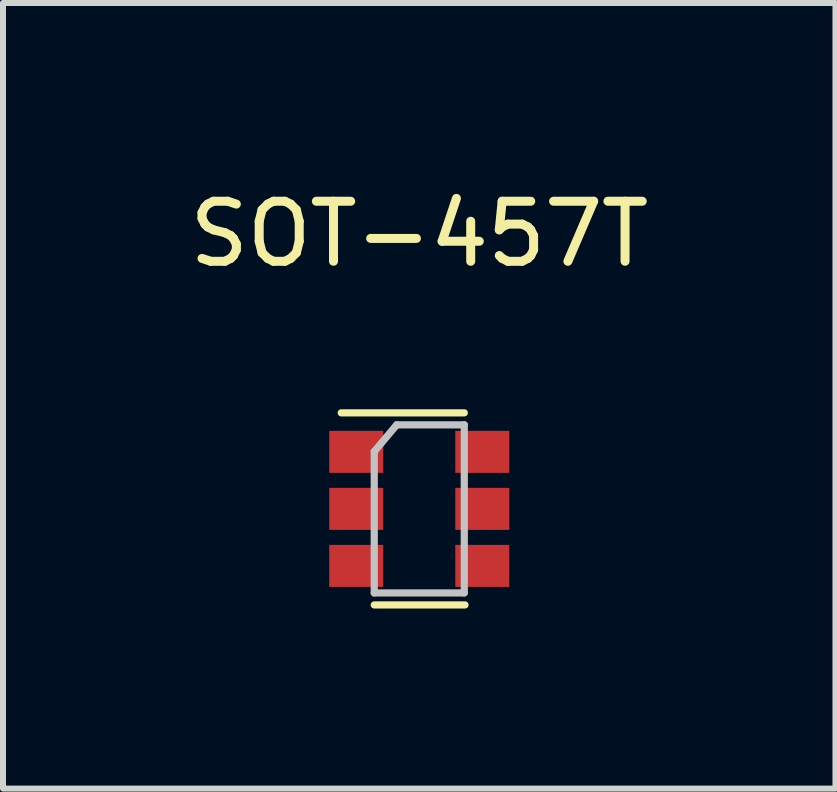
<source format=kicad_pcb>
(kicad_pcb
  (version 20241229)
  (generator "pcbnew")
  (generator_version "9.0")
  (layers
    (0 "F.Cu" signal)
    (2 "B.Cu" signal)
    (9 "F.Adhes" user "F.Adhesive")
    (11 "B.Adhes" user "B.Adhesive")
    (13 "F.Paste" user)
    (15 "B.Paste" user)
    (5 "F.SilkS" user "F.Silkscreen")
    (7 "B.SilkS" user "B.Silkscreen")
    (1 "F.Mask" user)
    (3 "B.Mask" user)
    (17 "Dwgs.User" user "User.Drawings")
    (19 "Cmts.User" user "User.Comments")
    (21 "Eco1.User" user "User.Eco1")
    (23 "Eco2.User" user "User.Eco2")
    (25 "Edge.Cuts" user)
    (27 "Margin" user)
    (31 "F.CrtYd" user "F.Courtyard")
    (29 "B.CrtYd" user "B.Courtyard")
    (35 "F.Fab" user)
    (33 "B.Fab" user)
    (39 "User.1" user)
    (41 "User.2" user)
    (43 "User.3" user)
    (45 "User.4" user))
  (footprint "SOT-457T"
    (layer "F.Cu")
    (at 3.935 5.428)
    (property "Reference" "SOT-457T" (at 0 -4.58 0) (layer "F.SilkS") (effects (font (size 1 1) (thickness 0.15))))
    (attr through_hole)
    (fp_line (start 0.75 -1.6) (end -1.3 -1.6) (stroke (width 0.12) (type solid)) (layer "F.SilkS"))
    (fp_line (start 0.762 1.6) (end -0.75 1.6) (stroke (width 0.12) (type solid)) (layer "F.SilkS"))
    (fp_line (start -0.75 -0.955) (end -0.75 1.4) (stroke (width 0.12) (type solid)) (layer "Dwgs.User"))
    (fp_line (start -0.75 1.4) (end 0.75 1.4) (stroke (width 0.12) (type solid)) (layer "Dwgs.User"))
    (fp_line (start -0.376 -1.4) (end -0.75 -0.955) (stroke (width 0.12) (type solid)) (layer "Dwgs.User"))
    (fp_line (start 0.75 -1.4) (end -0.376 -1.4) (stroke (width 0.12) (type solid)) (layer "Dwgs.User"))
    (fp_line (start 0.75 1.4) (end 0.75 -1.4) (stroke (width 0.12) (type solid)) (layer "Dwgs.User"))
    (pad "1" smd rect (at -1.05 -0.95) (size 0.9 0.7) (layers "F.Cu" "F.Mask" "F.Paste"))
    (pad "2" smd rect (at -1.05 0) (size 0.9 0.7) (layers "F.Cu" "F.Mask" "F.Paste"))
    (pad "3" smd rect (at -1.05 0.95) (size 0.9 0.7) (layers "F.Cu" "F.Mask" "F.Paste"))
    (pad "4" smd rect (at 1.05 0.95) (size 0.9 0.7) (layers "F.Cu" "F.Mask" "F.Paste"))
    (pad "5" smd rect (at 1.05 0) (size 0.9 0.7) (layers "F.Cu" "F.Mask" "F.Paste"))
    (pad "6" smd rect (at 1.05 -0.95) (size 0.9 0.7) (layers "F.Cu" "F.Mask" "F.Paste")))
  (gr_rect
    (start -3 -3)
    (end 10.869 10.088)
    (stroke (width 0.1) (type default))
    (fill no)
    (layer "Edge.Cuts")))
</source>
